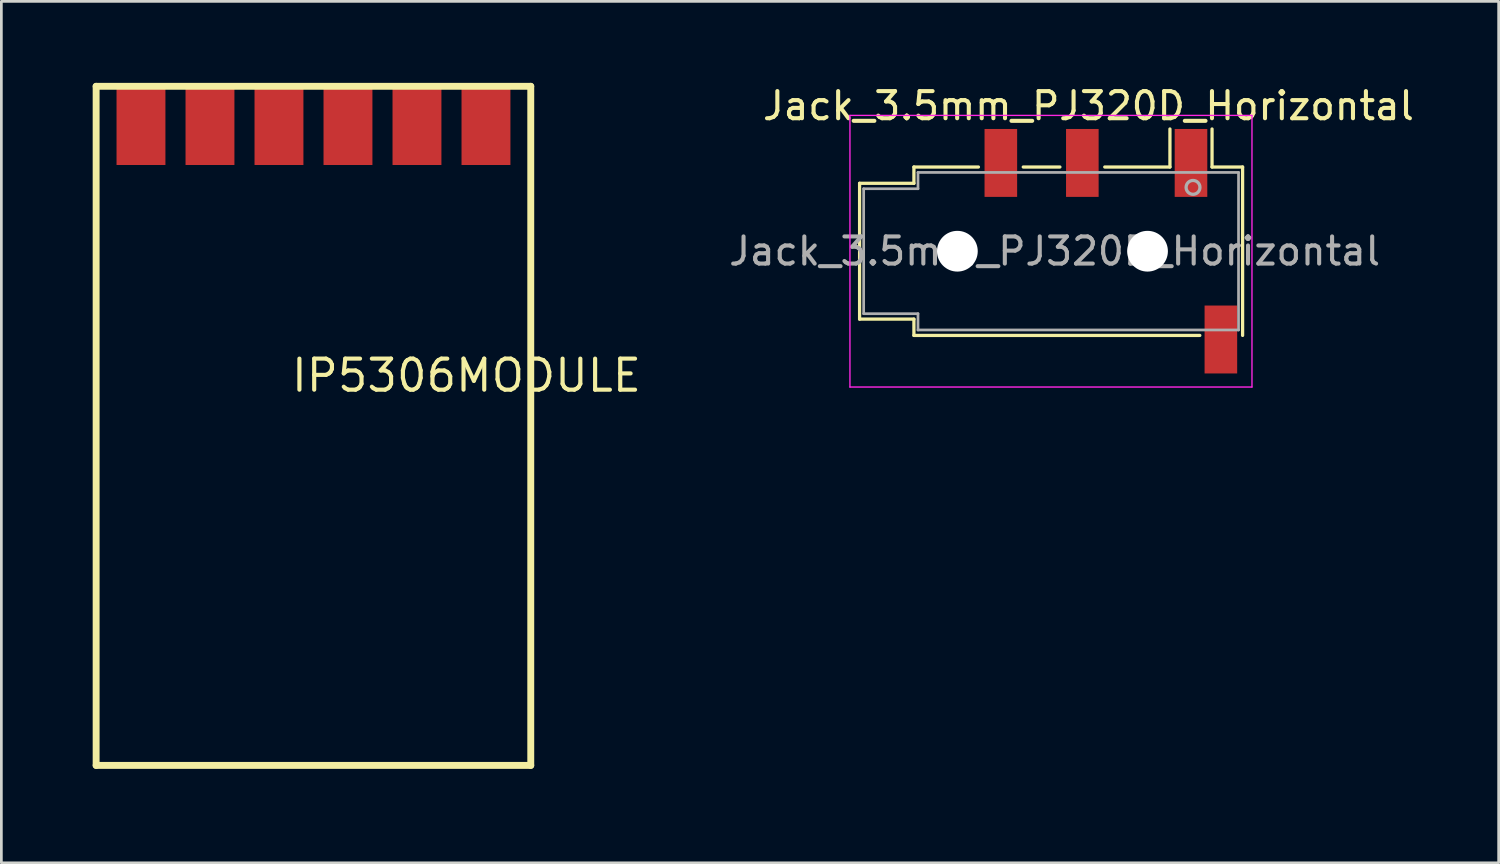
<source format=kicad_pcb>
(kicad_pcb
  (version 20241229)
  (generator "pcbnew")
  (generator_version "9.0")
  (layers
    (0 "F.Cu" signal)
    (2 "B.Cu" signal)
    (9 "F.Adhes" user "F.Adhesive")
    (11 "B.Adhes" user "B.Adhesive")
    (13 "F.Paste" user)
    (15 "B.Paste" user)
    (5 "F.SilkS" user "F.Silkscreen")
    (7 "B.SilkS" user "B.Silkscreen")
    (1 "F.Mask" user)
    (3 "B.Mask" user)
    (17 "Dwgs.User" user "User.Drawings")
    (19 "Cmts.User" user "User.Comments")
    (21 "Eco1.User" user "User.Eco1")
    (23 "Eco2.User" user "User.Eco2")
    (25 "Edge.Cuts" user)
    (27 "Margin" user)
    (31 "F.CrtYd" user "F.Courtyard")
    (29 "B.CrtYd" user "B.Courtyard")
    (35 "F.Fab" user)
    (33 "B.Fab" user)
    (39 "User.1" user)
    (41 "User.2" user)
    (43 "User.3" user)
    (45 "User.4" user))
  (footprint "Jack_3.5mm_PJ320D_Horizontal"
    (layer "F.Cu")
    (at 36.969 6.198)
    (property "Reference" "Jack_3.5mm_PJ320D_Horizontal" (at 0.05 -5.35 0) (layer "F.SilkS") (effects (font (size 1 1) (thickness 0.15))))
    (attr smd)
    (fp_line (start -8.375 -2.5) (end -8.375 2.5) (stroke (width 0.12) (type solid)) (layer "F.SilkS"))
    (fp_line (start -6.375 -3.1) (end -6.375 -2.5) (stroke (width 0.12) (type solid)) (layer "F.SilkS"))
    (fp_line (start -6.375 -3.1) (end -4 -3.1) (stroke (width 0.12) (type solid)) (layer "F.SilkS"))
    (fp_line (start -6.375 -2.5) (end -8.375 -2.5) (stroke (width 0.12) (type solid)) (layer "F.SilkS"))
    (fp_line (start -6.375 2.5) (end -8.375 2.5) (stroke (width 0.12) (type solid)) (layer "F.SilkS"))
    (fp_line (start -6.375 2.5) (end -6.375 3.1) (stroke (width 0.12) (type solid)) (layer "F.SilkS"))
    (fp_line (start -2.35 -3.1) (end -1 -3.1) (stroke (width 0.12) (type solid)) (layer "F.SilkS"))
    (fp_line (start 0.65 -3.1) (end 3.05 -3.1) (stroke (width 0.12) (type solid)) (layer "F.SilkS"))
    (fp_line (start 3.05 -3.1) (end 3.05 -4.5) (stroke (width 0.12) (type solid)) (layer "F.SilkS"))
    (fp_line (start 4.15 3.1) (end -6.375 3.1) (stroke (width 0.12) (type solid)) (layer "F.SilkS"))
    (fp_line (start 4.6 -3.1) (end 4.6 -4.5) (stroke (width 0.12) (type solid)) (layer "F.SilkS"))
    (fp_line (start 4.6 -3.1) (end 5.725 -3.1) (stroke (width 0.12) (type solid)) (layer "F.SilkS"))
    (fp_line (start 5.725 3.1) (end 5.725 -3.1) (stroke (width 0.12) (type solid)) (layer "F.SilkS"))
    (fp_line (start -8.73 -5) (end 6.07 -5) (stroke (width 0.05) (type solid)) (layer "F.CrtYd"))
    (fp_line (start -8.73 5) (end -8.73 -5) (stroke (width 0.05) (type solid)) (layer "F.CrtYd"))
    (fp_line (start -8.73 5) (end 6.07 5) (stroke (width 0.05) (type solid)) (layer "F.CrtYd"))
    (fp_line (start 6.07 5) (end 6.07 -5) (stroke (width 0.05) (type solid)) (layer "F.CrtYd"))
    (fp_line (start -8.225 -2.3) (end -6.225 -2.3) (stroke (width 0.1) (type solid)) (layer "F.Fab"))
    (fp_line (start -8.225 2.3) (end -8.225 -2.3) (stroke (width 0.1) (type solid)) (layer "F.Fab"))
    (fp_line (start -6.225 -2.9) (end 5.575 -2.9) (stroke (width 0.1) (type solid)) (layer "F.Fab"))
    (fp_line (start -6.225 -2.3) (end -6.225 -2.9) (stroke (width 0.1) (type solid)) (layer "F.Fab"))
    (fp_line (start -6.225 2.3) (end -8.225 2.3) (stroke (width 0.1) (type solid)) (layer "F.Fab"))
    (fp_line (start -6.225 2.9) (end -6.225 2.3) (stroke (width 0.1) (type solid)) (layer "F.Fab"))
    (fp_line (start 5.575 -2.9) (end 5.575 2.9) (stroke (width 0.1) (type solid)) (layer "F.Fab"))
    (fp_line (start 5.575 2.9) (end -6.225 2.9) (stroke (width 0.1) (type solid)) (layer "F.Fab"))
    (fp_circle (center 3.9 -2.35) (end 3.95 -2.1) (stroke (width 0.12) (type solid)) (fill no) (layer "F.Fab"))
    (fp_text user "${REFERENCE}" (at -1.195 0 0) (layer "F.Fab") (effects (font (size 1 1) (thickness 0.15))))
    (pad "" np_thru_hole circle (at -4.775 0) (size 1.5 1.5) (drill 1.5) (layers "*.Cu" "*.Mask"))
    (pad "" np_thru_hole circle (at 2.225 0) (size 1.5 1.5) (drill 1.5) (layers "*.Cu" "*.Mask"))
    (pad "1" smd rect (at -3.175 -3.25) (size 1.2 2.5) (layers "F.Cu" "F.Mask" "F.Paste"))
    (pad "2" smd rect (at 3.825 -3.25) (size 1.2 2.5) (layers "F.Cu" "F.Mask" "F.Paste"))
    (pad "3" smd rect (at -0.175 -3.25) (size 1.2 2.5) (layers "F.Cu" "F.Mask" "F.Paste"))
    (pad "4" smd rect (at 4.925 3.25) (size 1.2 2.5) (layers "F.Cu" "F.Mask" "F.Paste")))
  (footprint "IP5306MODULE"
    (layer "F.Cu")
    (at 0.25 25.464)
    (property "Reference" "IP5306MODULE" (at 7.35 -14.69 0) (layer "F.SilkS") (effects (font (size 1.143 1.143) (thickness 0.152)) (justify left)))
    (attr smd)
    (fp_line (start 0.239 -25.337) (end 16.239 -25.337) (stroke (width 0.254) (type solid)) (layer "F.SilkS"))
    (fp_line (start 0.239 -0.337) (end 0.239 -25.337) (stroke (width 0.254) (type solid)) (layer "F.SilkS"))
    (fp_line (start 16.239 -25.337) (end 16.239 -0.337) (stroke (width 0.254) (type solid)) (layer "F.SilkS"))
    (fp_line (start 16.239 -0.337) (end 0.239 -0.337) (stroke (width 0.254) (type solid)) (layer "F.SilkS"))
    (pad "1" smd rect (at 1.89 -23.94) (size 1.8 3) (layers "F.Cu" "F.Mask" "F.Paste"))
    (pad "2" smd rect (at 4.43 -23.94) (size 1.8 3) (layers "F.Cu" "F.Mask" "F.Paste"))
    (pad "3" smd rect (at 6.97 -23.94) (size 1.8 3) (layers "F.Cu" "F.Mask" "F.Paste"))
    (pad "4" smd rect (at 9.51 -23.94) (size 1.8 3) (layers "F.Cu" "F.Mask" "F.Paste"))
    (pad "5" smd rect (at 12.05 -23.94) (size 1.8 3) (layers "F.Cu" "F.Mask" "F.Paste"))
    (pad "6" smd rect (at 14.59 -23.94) (size 1.8 3) (layers "F.Cu" "F.Mask" "F.Paste")))
  (gr_rect
    (start -3 -3)
    (end 52.12 28.714)
    (stroke (width 0.1) (type default))
    (fill no)
    (layer "Edge.Cuts")))
</source>
